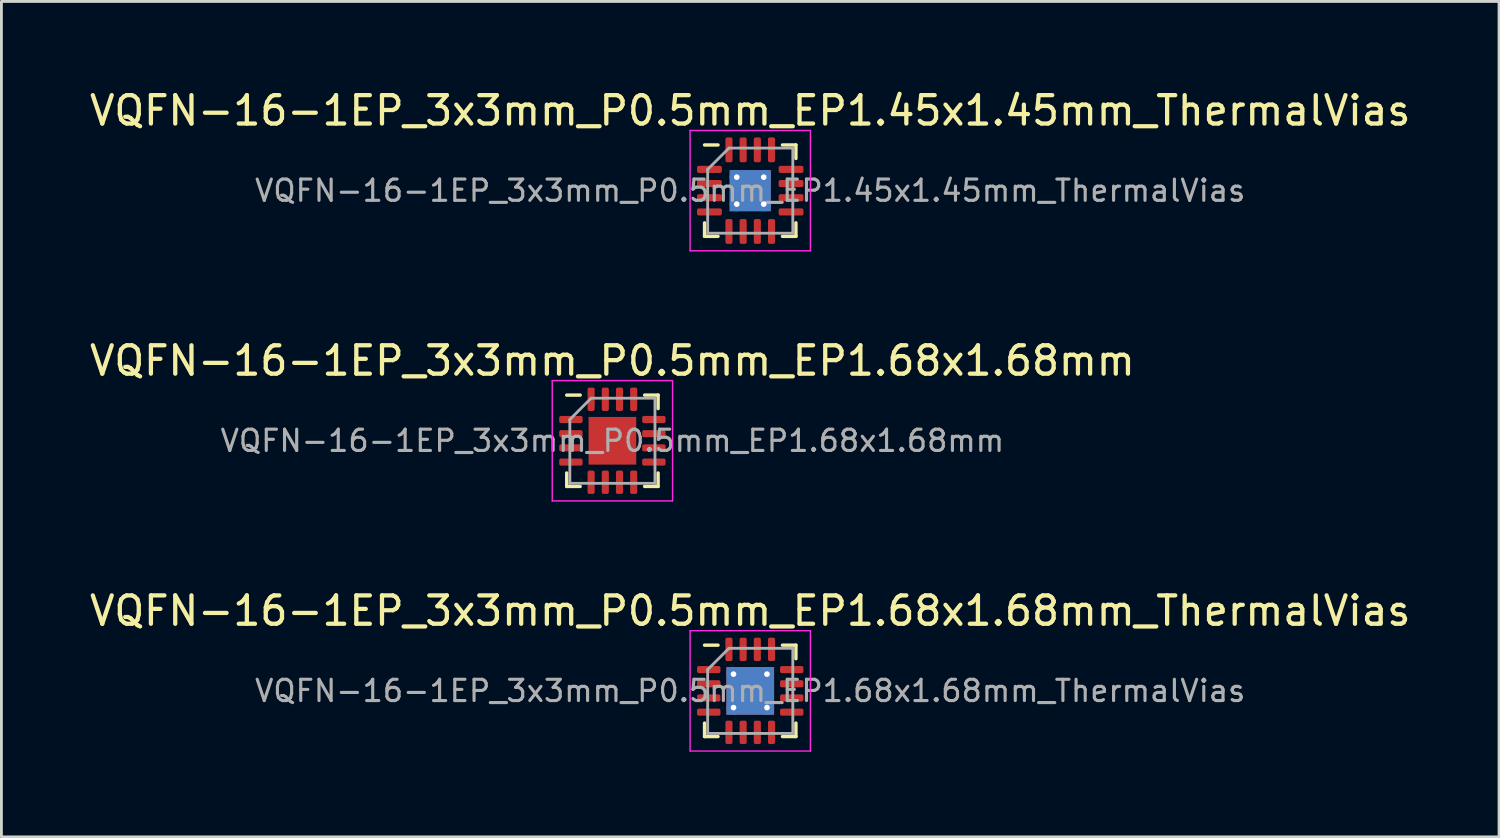
<source format=kicad_pcb>
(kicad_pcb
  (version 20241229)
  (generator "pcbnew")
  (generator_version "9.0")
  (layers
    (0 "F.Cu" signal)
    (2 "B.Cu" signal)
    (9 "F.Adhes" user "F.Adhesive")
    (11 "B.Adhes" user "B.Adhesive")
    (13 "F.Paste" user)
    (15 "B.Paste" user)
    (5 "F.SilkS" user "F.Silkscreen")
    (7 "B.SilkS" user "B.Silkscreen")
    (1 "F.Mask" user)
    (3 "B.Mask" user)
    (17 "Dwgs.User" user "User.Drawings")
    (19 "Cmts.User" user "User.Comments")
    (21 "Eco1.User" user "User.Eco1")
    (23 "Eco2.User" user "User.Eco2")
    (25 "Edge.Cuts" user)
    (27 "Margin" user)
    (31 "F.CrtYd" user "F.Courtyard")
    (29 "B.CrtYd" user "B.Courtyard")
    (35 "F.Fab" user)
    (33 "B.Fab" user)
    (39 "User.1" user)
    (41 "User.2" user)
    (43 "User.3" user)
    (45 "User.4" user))
  (footprint "VQFN-16-1EP_3x3mm_P0.5mm_EP1.68x1.68mm"
    (layer "F.Cu")
    (at 18.53 12.482)
    (property "Reference" "VQFN-16-1EP_3x3mm_P0.5mm_EP1.68x1.68mm" (at 0 -2.82 0) (layer "F.SilkS") (effects (font (size 1 1) (thickness 0.15))))
    (attr smd)
    (fp_line (start -1.61 1.61) (end -1.61 1.135) (stroke (width 0.12) (type solid)) (layer "F.SilkS"))
    (fp_line (start -1.135 -1.61) (end -1.61 -1.61) (stroke (width 0.12) (type solid)) (layer "F.SilkS"))
    (fp_line (start -1.135 1.61) (end -1.61 1.61) (stroke (width 0.12) (type solid)) (layer "F.SilkS"))
    (fp_line (start 1.135 -1.61) (end 1.61 -1.61) (stroke (width 0.12) (type solid)) (layer "F.SilkS"))
    (fp_line (start 1.135 1.61) (end 1.61 1.61) (stroke (width 0.12) (type solid)) (layer "F.SilkS"))
    (fp_line (start 1.61 -1.61) (end 1.61 -1.135) (stroke (width 0.12) (type solid)) (layer "F.SilkS"))
    (fp_line (start 1.61 1.61) (end 1.61 1.135) (stroke (width 0.12) (type solid)) (layer "F.SilkS"))
    (fp_line (start -2.12 -2.12) (end -2.12 2.12) (stroke (width 0.05) (type solid)) (layer "F.CrtYd"))
    (fp_line (start -2.12 2.12) (end 2.12 2.12) (stroke (width 0.05) (type solid)) (layer "F.CrtYd"))
    (fp_line (start 2.12 -2.12) (end -2.12 -2.12) (stroke (width 0.05) (type solid)) (layer "F.CrtYd"))
    (fp_line (start 2.12 2.12) (end 2.12 -2.12) (stroke (width 0.05) (type solid)) (layer "F.CrtYd"))
    (fp_line (start -1.5 -0.75) (end -0.75 -1.5) (stroke (width 0.1) (type solid)) (layer "F.Fab"))
    (fp_line (start -1.5 1.5) (end -1.5 -0.75) (stroke (width 0.1) (type solid)) (layer "F.Fab"))
    (fp_line (start -0.75 -1.5) (end 1.5 -1.5) (stroke (width 0.1) (type solid)) (layer "F.Fab"))
    (fp_line (start 1.5 -1.5) (end 1.5 1.5) (stroke (width 0.1) (type solid)) (layer "F.Fab"))
    (fp_line (start 1.5 1.5) (end -1.5 1.5) (stroke (width 0.1) (type solid)) (layer "F.Fab"))
    (fp_text user "${REFERENCE}" (at 0 0 0) (layer "F.Fab") (effects (font (size 0.75 0.75) (thickness 0.11))))
    (pad "" smd roundrect (at -0.42 -0.42) (size 0.68 0.68) (layers "F.Paste") (roundrect_rratio 0.25))
    (pad "" smd roundrect (at -0.42 0.42) (size 0.68 0.68) (layers "F.Paste") (roundrect_rratio 0.25))
    (pad "" smd roundrect (at 0.42 -0.42) (size 0.68 0.68) (layers "F.Paste") (roundrect_rratio 0.25))
    (pad "" smd roundrect (at 0.42 0.42) (size 0.68 0.68) (layers "F.Paste") (roundrect_rratio 0.25))
    (pad "1" smd roundrect (at -1.462 -0.75) (size 0.825 0.25) (layers "F.Cu" "F.Mask" "F.Paste") (roundrect_rratio 0.25))
    (pad "2" smd roundrect (at -1.462 -0.25) (size 0.825 0.25) (layers "F.Cu" "F.Mask" "F.Paste") (roundrect_rratio 0.25))
    (pad "3" smd roundrect (at -1.462 0.25) (size 0.825 0.25) (layers "F.Cu" "F.Mask" "F.Paste") (roundrect_rratio 0.25))
    (pad "4" smd roundrect (at -1.462 0.75) (size 0.825 0.25) (layers "F.Cu" "F.Mask" "F.Paste") (roundrect_rratio 0.25))
    (pad "5" smd roundrect (at -0.75 1.462) (size 0.25 0.825) (layers "F.Cu" "F.Mask" "F.Paste") (roundrect_rratio 0.25))
    (pad "6" smd roundrect (at -0.25 1.462) (size 0.25 0.825) (layers "F.Cu" "F.Mask" "F.Paste") (roundrect_rratio 0.25))
    (pad "7" smd roundrect (at 0.25 1.462) (size 0.25 0.825) (layers "F.Cu" "F.Mask" "F.Paste") (roundrect_rratio 0.25))
    (pad "8" smd roundrect (at 0.75 1.462) (size 0.25 0.825) (layers "F.Cu" "F.Mask" "F.Paste") (roundrect_rratio 0.25))
    (pad "9" smd roundrect (at 1.462 0.75) (size 0.825 0.25) (layers "F.Cu" "F.Mask" "F.Paste") (roundrect_rratio 0.25))
    (pad "10" smd roundrect (at 1.462 0.25) (size 0.825 0.25) (layers "F.Cu" "F.Mask" "F.Paste") (roundrect_rratio 0.25))
    (pad "11" smd roundrect (at 1.462 -0.25) (size 0.825 0.25) (layers "F.Cu" "F.Mask" "F.Paste") (roundrect_rratio 0.25))
    (pad "12" smd roundrect (at 1.462 -0.75) (size 0.825 0.25) (layers "F.Cu" "F.Mask" "F.Paste") (roundrect_rratio 0.25))
    (pad "13" smd roundrect (at 0.75 -1.462) (size 0.25 0.825) (layers "F.Cu" "F.Mask" "F.Paste") (roundrect_rratio 0.25))
    (pad "14" smd roundrect (at 0.25 -1.462) (size 0.25 0.825) (layers "F.Cu" "F.Mask" "F.Paste") (roundrect_rratio 0.25))
    (pad "15" smd roundrect (at -0.25 -1.462) (size 0.25 0.825) (layers "F.Cu" "F.Mask" "F.Paste") (roundrect_rratio 0.25))
    (pad "16" smd roundrect (at -0.75 -1.462) (size 0.25 0.825) (layers "F.Cu" "F.Mask" "F.Paste") (roundrect_rratio 0.25))
    (pad "17" smd rect (at 0 0) (size 1.68 1.68) (layers "F.Cu" "F.Mask")))
  (footprint "VQFN-16-1EP_3x3mm_P0.5mm_EP1.45x1.45mm_ThermalVias"
    (layer "F.Cu")
    (at 23.387 3.668)
    (property "Reference" "VQFN-16-1EP_3x3mm_P0.5mm_EP1.45x1.45mm_ThermalVias" (at 0 -2.82 0) (layer "F.SilkS") (effects (font (size 1 1) (thickness 0.15))))
    (attr smd)
    (fp_line (start -1.61 1.61) (end -1.61 1.135) (stroke (width 0.12) (type solid)) (layer "F.SilkS"))
    (fp_line (start -1.135 -1.61) (end -1.61 -1.61) (stroke (width 0.12) (type solid)) (layer "F.SilkS"))
    (fp_line (start -1.135 1.61) (end -1.61 1.61) (stroke (width 0.12) (type solid)) (layer "F.SilkS"))
    (fp_line (start 1.135 -1.61) (end 1.61 -1.61) (stroke (width 0.12) (type solid)) (layer "F.SilkS"))
    (fp_line (start 1.135 1.61) (end 1.61 1.61) (stroke (width 0.12) (type solid)) (layer "F.SilkS"))
    (fp_line (start 1.61 -1.61) (end 1.61 -1.135) (stroke (width 0.12) (type solid)) (layer "F.SilkS"))
    (fp_line (start 1.61 1.61) (end 1.61 1.135) (stroke (width 0.12) (type solid)) (layer "F.SilkS"))
    (fp_line (start -2.12 -2.12) (end -2.12 2.12) (stroke (width 0.05) (type solid)) (layer "F.CrtYd"))
    (fp_line (start -2.12 2.12) (end 2.12 2.12) (stroke (width 0.05) (type solid)) (layer "F.CrtYd"))
    (fp_line (start 2.12 -2.12) (end -2.12 -2.12) (stroke (width 0.05) (type solid)) (layer "F.CrtYd"))
    (fp_line (start 2.12 2.12) (end 2.12 -2.12) (stroke (width 0.05) (type solid)) (layer "F.CrtYd"))
    (fp_line (start -1.5 -0.75) (end -0.75 -1.5) (stroke (width 0.1) (type solid)) (layer "F.Fab"))
    (fp_line (start -1.5 1.5) (end -1.5 -0.75) (stroke (width 0.1) (type solid)) (layer "F.Fab"))
    (fp_line (start -0.75 -1.5) (end 1.5 -1.5) (stroke (width 0.1) (type solid)) (layer "F.Fab"))
    (fp_line (start 1.5 -1.5) (end 1.5 1.5) (stroke (width 0.1) (type solid)) (layer "F.Fab"))
    (fp_line (start 1.5 1.5) (end -1.5 1.5) (stroke (width 0.1) (type solid)) (layer "F.Fab"))
    (fp_text user "${REFERENCE}" (at 0 0 0) (layer "F.Fab") (effects (font (size 0.75 0.75) (thickness 0.11))))
    (pad "" smd roundrect (at -0.36 -0.36) (size 0.63 0.63) (layers "F.Paste") (roundrect_rratio 0.25))
    (pad "" smd roundrect (at -0.36 0.36) (size 0.63 0.63) (layers "F.Paste") (roundrect_rratio 0.25))
    (pad "" smd roundrect (at 0.36 -0.36) (size 0.63 0.63) (layers "F.Paste") (roundrect_rratio 0.25))
    (pad "" smd roundrect (at 0.36 0.36) (size 0.63 0.63) (layers "F.Paste") (roundrect_rratio 0.25))
    (pad "1" smd roundrect (at -1.438 -0.75) (size 0.875 0.25) (layers "F.Cu" "F.Mask" "F.Paste") (roundrect_rratio 0.25))
    (pad "2" smd roundrect (at -1.438 -0.25) (size 0.875 0.25) (layers "F.Cu" "F.Mask" "F.Paste") (roundrect_rratio 0.25))
    (pad "3" smd roundrect (at -1.438 0.25) (size 0.875 0.25) (layers "F.Cu" "F.Mask" "F.Paste") (roundrect_rratio 0.25))
    (pad "4" smd roundrect (at -1.438 0.75) (size 0.875 0.25) (layers "F.Cu" "F.Mask" "F.Paste") (roundrect_rratio 0.25))
    (pad "5" smd roundrect (at -0.75 1.438) (size 0.25 0.875) (layers "F.Cu" "F.Mask" "F.Paste") (roundrect_rratio 0.25))
    (pad "6" smd roundrect (at -0.25 1.438) (size 0.25 0.875) (layers "F.Cu" "F.Mask" "F.Paste") (roundrect_rratio 0.25))
    (pad "7" smd roundrect (at 0.25 1.438) (size 0.25 0.875) (layers "F.Cu" "F.Mask" "F.Paste") (roundrect_rratio 0.25))
    (pad "8" smd roundrect (at 0.75 1.438) (size 0.25 0.875) (layers "F.Cu" "F.Mask" "F.Paste") (roundrect_rratio 0.25))
    (pad "9" smd roundrect (at 1.438 0.75) (size 0.875 0.25) (layers "F.Cu" "F.Mask" "F.Paste") (roundrect_rratio 0.25))
    (pad "10" smd roundrect (at 1.438 0.25) (size 0.875 0.25) (layers "F.Cu" "F.Mask" "F.Paste") (roundrect_rratio 0.25))
    (pad "11" smd roundrect (at 1.438 -0.25) (size 0.875 0.25) (layers "F.Cu" "F.Mask" "F.Paste") (roundrect_rratio 0.25))
    (pad "12" smd roundrect (at 1.438 -0.75) (size 0.875 0.25) (layers "F.Cu" "F.Mask" "F.Paste") (roundrect_rratio 0.25))
    (pad "13" smd roundrect (at 0.75 -1.438) (size 0.25 0.875) (layers "F.Cu" "F.Mask" "F.Paste") (roundrect_rratio 0.25))
    (pad "14" smd roundrect (at 0.25 -1.438) (size 0.25 0.875) (layers "F.Cu" "F.Mask" "F.Paste") (roundrect_rratio 0.25))
    (pad "15" smd roundrect (at -0.25 -1.438) (size 0.25 0.875) (layers "F.Cu" "F.Mask" "F.Paste") (roundrect_rratio 0.25))
    (pad "16" smd roundrect (at -0.75 -1.438) (size 0.25 0.875) (layers "F.Cu" "F.Mask" "F.Paste") (roundrect_rratio 0.25))
    (pad "17" thru_hole circle (at -0.475 -0.475) (size 0.5 0.5) (drill 0.2) (layers "*.Cu"))
    (pad "17" thru_hole circle (at -0.475 0.475) (size 0.5 0.5) (drill 0.2) (layers "*.Cu"))
    (pad "17" smd rect (at 0 0) (size 1.45 1.45) (layers "F.Cu" "F.Mask"))
    (pad "17" smd rect (at 0 0) (size 1.45 1.45) (layers "B.Cu"))
    (pad "17" thru_hole circle (at 0.475 -0.475) (size 0.5 0.5) (drill 0.2) (layers "*.Cu"))
    (pad "17" thru_hole circle (at 0.475 0.475) (size 0.5 0.5) (drill 0.2) (layers "*.Cu")))
  (footprint "VQFN-16-1EP_3x3mm_P0.5mm_EP1.68x1.68mm_ThermalVias"
    (layer "F.Cu")
    (at 23.387 21.295)
    (property "Reference" "VQFN-16-1EP_3x3mm_P0.5mm_EP1.68x1.68mm_ThermalVias" (at 0 -2.82 0) (layer "F.SilkS") (effects (font (size 1 1) (thickness 0.15))))
    (attr smd)
    (fp_line (start -1.61 1.61) (end -1.61 1.135) (stroke (width 0.12) (type solid)) (layer "F.SilkS"))
    (fp_line (start -1.135 -1.61) (end -1.61 -1.61) (stroke (width 0.12) (type solid)) (layer "F.SilkS"))
    (fp_line (start -1.135 1.61) (end -1.61 1.61) (stroke (width 0.12) (type solid)) (layer "F.SilkS"))
    (fp_line (start 1.135 -1.61) (end 1.61 -1.61) (stroke (width 0.12) (type solid)) (layer "F.SilkS"))
    (fp_line (start 1.135 1.61) (end 1.61 1.61) (stroke (width 0.12) (type solid)) (layer "F.SilkS"))
    (fp_line (start 1.61 -1.61) (end 1.61 -1.135) (stroke (width 0.12) (type solid)) (layer "F.SilkS"))
    (fp_line (start 1.61 1.61) (end 1.61 1.135) (stroke (width 0.12) (type solid)) (layer "F.SilkS"))
    (fp_line (start -2.12 -2.12) (end -2.12 2.12) (stroke (width 0.05) (type solid)) (layer "F.CrtYd"))
    (fp_line (start -2.12 2.12) (end 2.12 2.12) (stroke (width 0.05) (type solid)) (layer "F.CrtYd"))
    (fp_line (start 2.12 -2.12) (end -2.12 -2.12) (stroke (width 0.05) (type solid)) (layer "F.CrtYd"))
    (fp_line (start 2.12 2.12) (end 2.12 -2.12) (stroke (width 0.05) (type solid)) (layer "F.CrtYd"))
    (fp_line (start -1.5 -0.75) (end -0.75 -1.5) (stroke (width 0.1) (type solid)) (layer "F.Fab"))
    (fp_line (start -1.5 1.5) (end -1.5 -0.75) (stroke (width 0.1) (type solid)) (layer "F.Fab"))
    (fp_line (start -0.75 -1.5) (end 1.5 -1.5) (stroke (width 0.1) (type solid)) (layer "F.Fab"))
    (fp_line (start 1.5 -1.5) (end 1.5 1.5) (stroke (width 0.1) (type solid)) (layer "F.Fab"))
    (fp_line (start 1.5 1.5) (end -1.5 1.5) (stroke (width 0.1) (type solid)) (layer "F.Fab"))
    (fp_text user "${REFERENCE}" (at 0 0 0) (layer "F.Fab") (effects (font (size 0.75 0.75) (thickness 0.11))))
    (pad "" smd roundrect (at -0.42 -0.42) (size 0.73 0.73) (layers "F.Paste") (roundrect_rratio 0.25))
    (pad "" smd roundrect (at -0.42 0.42) (size 0.73 0.73) (layers "F.Paste") (roundrect_rratio 0.25))
    (pad "" smd roundrect (at 0.42 -0.42) (size 0.73 0.73) (layers "F.Paste") (roundrect_rratio 0.25))
    (pad "" smd roundrect (at 0.42 0.42) (size 0.73 0.73) (layers "F.Paste") (roundrect_rratio 0.25))
    (pad "1" smd roundrect (at -1.462 -0.75) (size 0.825 0.25) (layers "F.Cu" "F.Mask" "F.Paste") (roundrect_rratio 0.25))
    (pad "2" smd roundrect (at -1.462 -0.25) (size 0.825 0.25) (layers "F.Cu" "F.Mask" "F.Paste") (roundrect_rratio 0.25))
    (pad "3" smd roundrect (at -1.462 0.25) (size 0.825 0.25) (layers "F.Cu" "F.Mask" "F.Paste") (roundrect_rratio 0.25))
    (pad "4" smd roundrect (at -1.462 0.75) (size 0.825 0.25) (layers "F.Cu" "F.Mask" "F.Paste") (roundrect_rratio 0.25))
    (pad "5" smd roundrect (at -0.75 1.462) (size 0.25 0.825) (layers "F.Cu" "F.Mask" "F.Paste") (roundrect_rratio 0.25))
    (pad "6" smd roundrect (at -0.25 1.462) (size 0.25 0.825) (layers "F.Cu" "F.Mask" "F.Paste") (roundrect_rratio 0.25))
    (pad "7" smd roundrect (at 0.25 1.462) (size 0.25 0.825) (layers "F.Cu" "F.Mask" "F.Paste") (roundrect_rratio 0.25))
    (pad "8" smd roundrect (at 0.75 1.462) (size 0.25 0.825) (layers "F.Cu" "F.Mask" "F.Paste") (roundrect_rratio 0.25))
    (pad "9" smd roundrect (at 1.462 0.75) (size 0.825 0.25) (layers "F.Cu" "F.Mask" "F.Paste") (roundrect_rratio 0.25))
    (pad "10" smd roundrect (at 1.462 0.25) (size 0.825 0.25) (layers "F.Cu" "F.Mask" "F.Paste") (roundrect_rratio 0.25))
    (pad "11" smd roundrect (at 1.462 -0.25) (size 0.825 0.25) (layers "F.Cu" "F.Mask" "F.Paste") (roundrect_rratio 0.25))
    (pad "12" smd roundrect (at 1.462 -0.75) (size 0.825 0.25) (layers "F.Cu" "F.Mask" "F.Paste") (roundrect_rratio 0.25))
    (pad "13" smd roundrect (at 0.75 -1.462) (size 0.25 0.825) (layers "F.Cu" "F.Mask" "F.Paste") (roundrect_rratio 0.25))
    (pad "14" smd roundrect (at 0.25 -1.462) (size 0.25 0.825) (layers "F.Cu" "F.Mask" "F.Paste") (roundrect_rratio 0.25))
    (pad "15" smd roundrect (at -0.25 -1.462) (size 0.25 0.825) (layers "F.Cu" "F.Mask" "F.Paste") (roundrect_rratio 0.25))
    (pad "16" smd roundrect (at -0.75 -1.462) (size 0.25 0.825) (layers "F.Cu" "F.Mask" "F.Paste") (roundrect_rratio 0.25))
    (pad "17" thru_hole circle (at -0.59 -0.59) (size 0.5 0.5) (drill 0.2) (layers "*.Cu"))
    (pad "17" thru_hole circle (at -0.59 0.59) (size 0.5 0.5) (drill 0.2) (layers "*.Cu"))
    (pad "17" smd rect (at 0 0) (size 1.68 1.68) (layers "F.Cu" "F.Mask"))
    (pad "17" smd rect (at 0 0) (size 1.68 1.68) (layers "B.Cu"))
    (pad "17" thru_hole circle (at 0.59 -0.59) (size 0.5 0.5) (drill 0.2) (layers "*.Cu"))
    (pad "17" thru_hole circle (at 0.59 0.59) (size 0.5 0.5) (drill 0.2) (layers "*.Cu")))
  (gr_rect
    (start -3 -3)
    (end 49.774 26.44)
    (stroke (width 0.1) (type default))
    (fill no)
    (layer "Edge.Cuts")))
</source>
